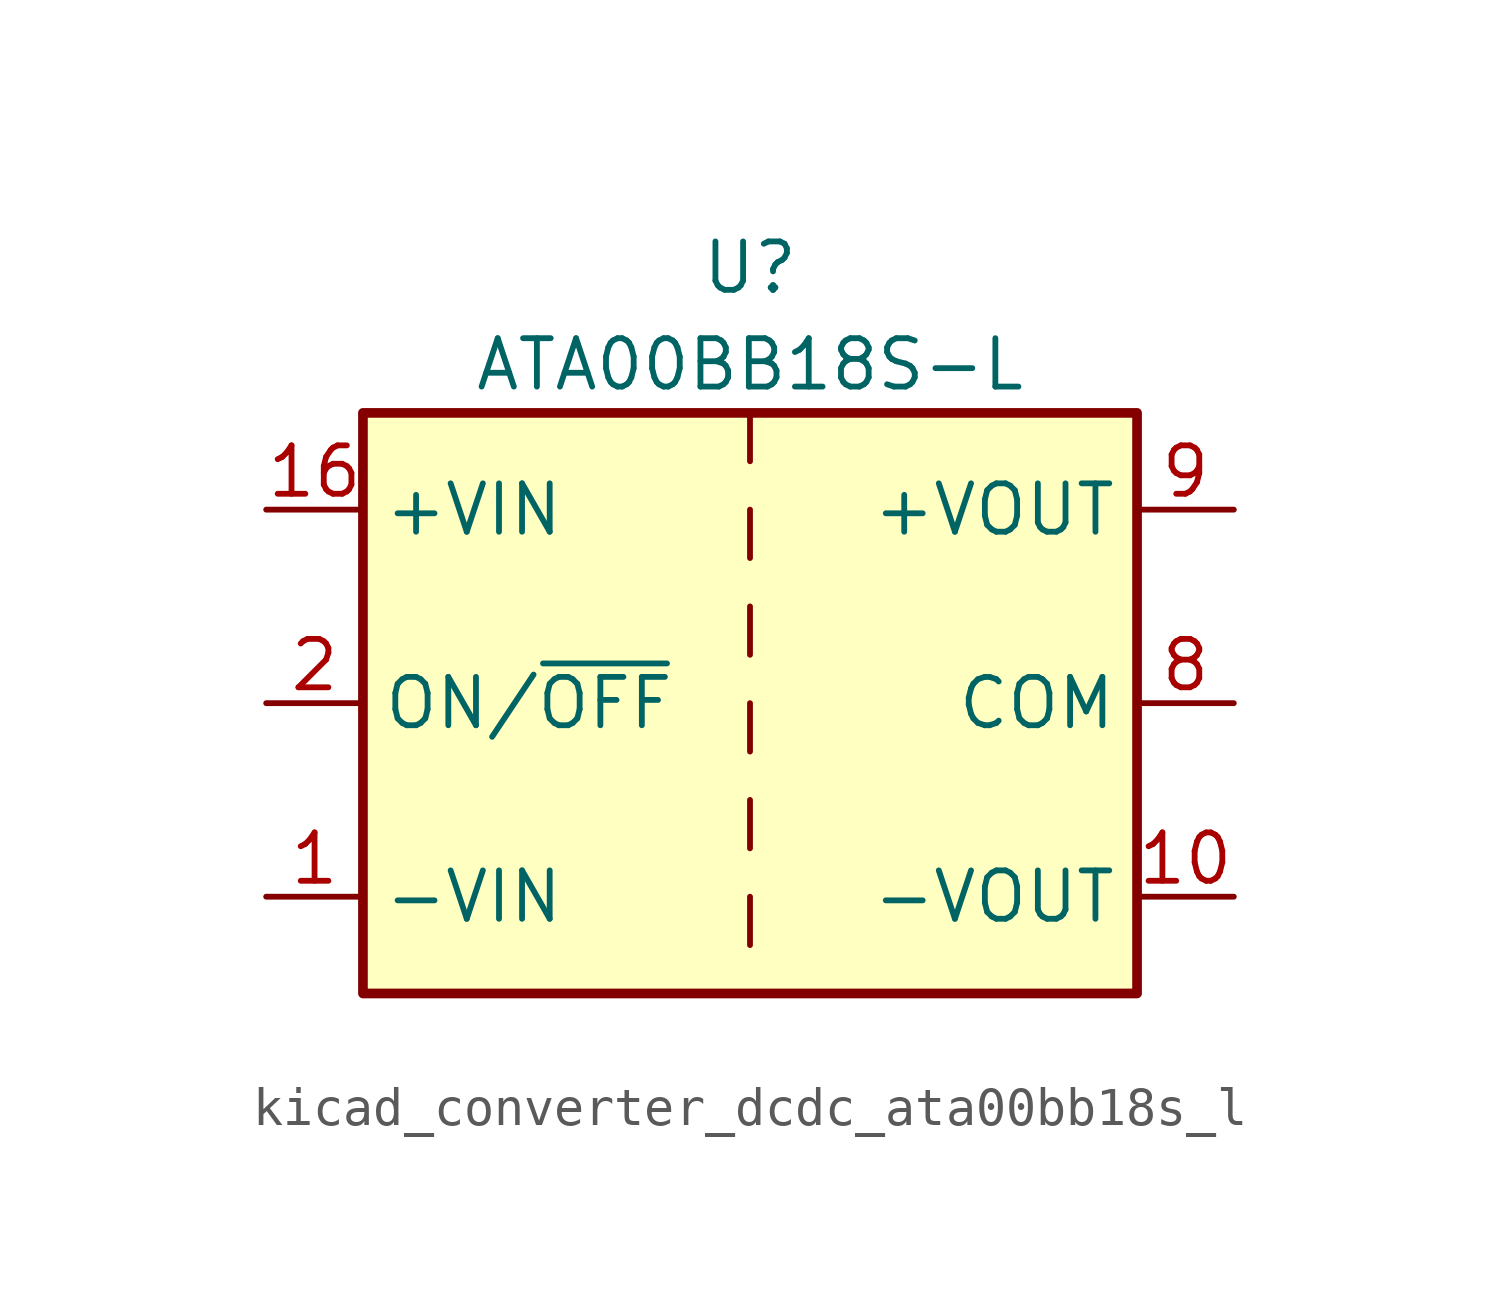
<source format=kicad_sym>
(kicad_symbol_lib
  (version 20220914)
  (generator kicad_symbol_editor)
  (symbol "kicad_converter_dcdc_ata00bb18s_l"
    (property "Reference" "U"
      (at 0 11.43 0)
      (effects (font (size 1.27 1.27))))
    (property "Value" "ATA00BB18S-L"
      (at 0 8.89 0)
      (effects (font (size 1.27 1.27))))
    (symbol "kicad_converter_dcdc_ata00bb18s_l_0_1"
      (rectangle (start -10.16 7.62) (end 10.16 -7.62) (stroke (width 0.254) (type default)) (fill (type background)))
      (polyline (pts (xy 0 -5.08) (xy 0 -6.35)) (stroke (width 0) (type default)) (fill (type none)))
      (polyline (pts (xy 0 -2.54) (xy 0 -3.81)) (stroke (width 0) (type default)) (fill (type none)))
      (polyline (pts (xy 0 0) (xy 0 -1.27)) (stroke (width 0) (type default)) (fill (type none)))
      (polyline (pts (xy 0 2.54) (xy 0 1.27)) (stroke (width 0) (type default)) (fill (type none)))
      (polyline (pts (xy 0 5.08) (xy 0 3.81)) (stroke (width 0) (type default)) (fill (type none)))
      (polyline (pts (xy 0 7.62) (xy 0 6.35)) (stroke (width 0) (type default)) (fill (type none))))
    (symbol "kicad_converter_dcdc_ata00bb18s_l_1_1"
      (pin power_in line (at -12.7 -5.08 0) (length 2.54) (name "-VIN" (effects (font (size 1.27 1.27)))) (number "1" (effects (font (size 1.27 1.27)))))
      (pin power_out line (at 12.7 -5.08 180) (length 2.54) (name "-VOUT" (effects (font (size 1.27 1.27)))) (number "10" (effects (font (size 1.27 1.27)))))
      (pin power_in line (at -12.7 5.08 0) (length 2.54) (name "+VIN" (effects (font (size 1.27 1.27)))) (number "16" (effects (font (size 1.27 1.27)))))
      (pin input line (at -12.7 0 0) (length 2.54) (name "ON/~{OFF}" (effects (font (size 1.27 1.27)))) (number "2" (effects (font (size 1.27 1.27)))))
      (pin no_connect line (at 10.16 2.54 180) (length 2.54) hide (name "NC" (effects (font (size 1.27 1.27)))) (number "7" (effects (font (size 1.27 1.27)))))
      (pin power_out line (at 12.7 0 180) (length 2.54) (name "COM" (effects (font (size 1.27 1.27)))) (number "8" (effects (font (size 1.27 1.27)))))
      (pin power_out line (at 12.7 5.08 180) (length 2.54) (name "+VOUT" (effects (font (size 1.27 1.27)))) (number "9" (effects (font (size 1.27 1.27))))))))
</source>
